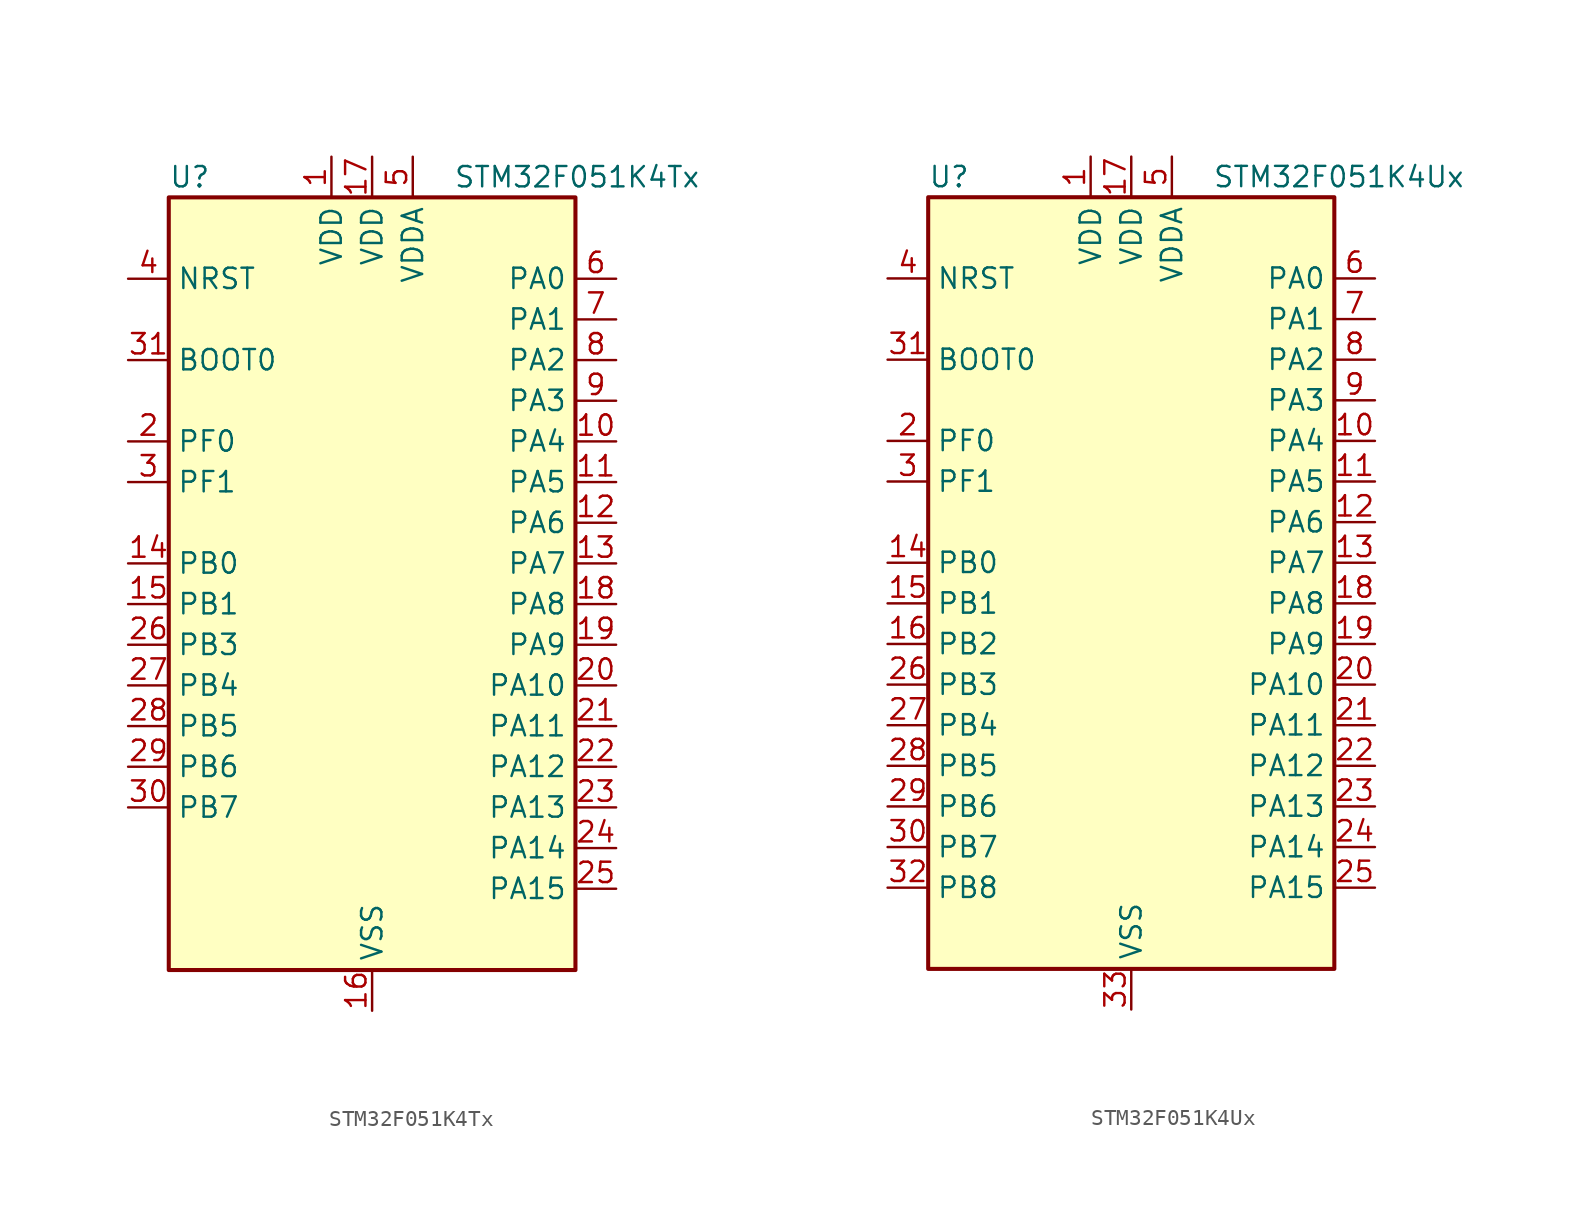
<source format=kicad_sym>
(kicad_symbol_lib
  (version 20241209)
  (generator "kicad_symbol_editor")
  (generator_version "9.0")
  (symbol "STM32F051K4Tx"
    (property "Reference" "U"
      (at -12.7 26.67 0)
      (effects (font (size 1.27 1.27)) (justify left)))
    (property "Value" "STM32F051K4Tx"
      (at 5.08 26.67 0)
      (effects (font (size 1.27 1.27)) (justify left)))
    (symbol "STM32F051K4Tx_0_1"
      (rectangle (start -12.7 -22.86) (end 12.7 25.4) (stroke (width 0.254) (type default)) (fill (type background))))
    (symbol "STM32F051K4Tx_1_1"
      (pin input line (at -15.24 20.32 0) (length 2.54) (name "NRST" (effects (font (size 1.27 1.27)))) (number "4" (effects (font (size 1.27 1.27)))))
      (pin input line (at -15.24 15.24 0) (length 2.54) (name "BOOT0" (effects (font (size 1.27 1.27)))) (number "31" (effects (font (size 1.27 1.27)))))
      (pin bidirectional line (at -15.24 10.16 0) (length 2.54) (name "PF0" (effects (font (size 1.27 1.27)))) (number "2" (effects (font (size 1.27 1.27)))) (alternate "RCC_OSC_IN" bidirectional line))
      (pin bidirectional line (at -15.24 7.62 0) (length 2.54) (name "PF1" (effects (font (size 1.27 1.27)))) (number "3" (effects (font (size 1.27 1.27)))) (alternate "RCC_OSC_OUT" bidirectional line))
      (pin bidirectional line (at -15.24 2.54 0) (length 2.54) (name "PB0" (effects (font (size 1.27 1.27)))) (number "14" (effects (font (size 1.27 1.27)))) (alternate "ADC_IN8" bidirectional line) (alternate "TIM1_CH2N" bidirectional line) (alternate "TIM3_CH3" bidirectional line) (alternate "TSC_G3_IO2" bidirectional line))
      (pin bidirectional line (at -15.24 0 0) (length 2.54) (name "PB1" (effects (font (size 1.27 1.27)))) (number "15" (effects (font (size 1.27 1.27)))) (alternate "ADC_IN9" bidirectional line) (alternate "TIM14_CH1" bidirectional line) (alternate "TIM1_CH3N" bidirectional line) (alternate "TIM3_CH4" bidirectional line) (alternate "TSC_G3_IO3" bidirectional line))
      (pin bidirectional line (at -15.24 -2.54 0) (length 2.54) (name "PB3" (effects (font (size 1.27 1.27)))) (number "26" (effects (font (size 1.27 1.27)))) (alternate "I2S1_CK" bidirectional line) (alternate "SPI1_SCK" bidirectional line) (alternate "TIM2_CH2" bidirectional line) (alternate "TSC_G5_IO1" bidirectional line))
      (pin bidirectional line (at -15.24 -5.08 0) (length 2.54) (name "PB4" (effects (font (size 1.27 1.27)))) (number "27" (effects (font (size 1.27 1.27)))) (alternate "I2S1_MCK" bidirectional line) (alternate "SPI1_MISO" bidirectional line) (alternate "TIM3_CH1" bidirectional line) (alternate "TSC_G5_IO2" bidirectional line))
      (pin bidirectional line (at -15.24 -7.62 0) (length 2.54) (name "PB5" (effects (font (size 1.27 1.27)))) (number "28" (effects (font (size 1.27 1.27)))) (alternate "I2C1_SMBA" bidirectional line) (alternate "I2S1_SD" bidirectional line) (alternate "SPI1_MOSI" bidirectional line) (alternate "TIM16_BKIN" bidirectional line) (alternate "TIM3_CH2" bidirectional line))
      (pin bidirectional line (at -15.24 -10.16 0) (length 2.54) (name "PB6" (effects (font (size 1.27 1.27)))) (number "29" (effects (font (size 1.27 1.27)))) (alternate "I2C1_SCL" bidirectional line) (alternate "TIM16_CH1N" bidirectional line) (alternate "TSC_G5_IO3" bidirectional line) (alternate "USART1_TX" bidirectional line))
      (pin bidirectional line (at -15.24 -12.7 0) (length 2.54) (name "PB7" (effects (font (size 1.27 1.27)))) (number "30" (effects (font (size 1.27 1.27)))) (alternate "I2C1_SDA" bidirectional line) (alternate "TIM17_CH1N" bidirectional line) (alternate "TSC_G5_IO4" bidirectional line) (alternate "USART1_RX" bidirectional line))
      (pin power_in line (at -2.54 27.94 270) (length 2.54) (name "VDD" (effects (font (size 1.27 1.27)))) (number "1" (effects (font (size 1.27 1.27)))))
      (pin power_in line (at 0 27.94 270) (length 2.54) (name "VDD" (effects (font (size 1.27 1.27)))) (number "17" (effects (font (size 1.27 1.27)))))
      (pin power_in line (at 0 -25.4 90) (length 2.54) (name "VSS" (effects (font (size 1.27 1.27)))) (number "16" (effects (font (size 1.27 1.27)))))
      (pin passive line (at 0 -25.4 90) (length 2.54) (hide yes) (name "VSS" (effects (font (size 1.27 1.27)))) (number "32" (effects (font (size 1.27 1.27)))))
      (pin power_in line (at 2.54 27.94 270) (length 2.54) (name "VDDA" (effects (font (size 1.27 1.27)))) (number "5" (effects (font (size 1.27 1.27)))))
      (pin bidirectional line (at 15.24 20.32 180) (length 2.54) (name "PA0" (effects (font (size 1.27 1.27)))) (number "6" (effects (font (size 1.27 1.27)))) (alternate "ADC_IN0" bidirectional line) (alternate "COMP1_INM" bidirectional line) (alternate "COMP1_OUT" bidirectional line) (alternate "RTC_TAMP2" bidirectional line) (alternate "SYS_WKUP1" bidirectional line) (alternate "TIM2_CH1" bidirectional line) (alternate "TIM2_ETR" bidirectional line) (alternate "TSC_G1_IO1" bidirectional line))
      (pin bidirectional line (at 15.24 17.78 180) (length 2.54) (name "PA1" (effects (font (size 1.27 1.27)))) (number "7" (effects (font (size 1.27 1.27)))) (alternate "ADC_IN1" bidirectional line) (alternate "COMP1_INP" bidirectional line) (alternate "TIM2_CH2" bidirectional line) (alternate "TSC_G1_IO2" bidirectional line))
      (pin bidirectional line (at 15.24 15.24 180) (length 2.54) (name "PA2" (effects (font (size 1.27 1.27)))) (number "8" (effects (font (size 1.27 1.27)))) (alternate "ADC_IN2" bidirectional line) (alternate "COMP2_INM" bidirectional line) (alternate "COMP2_OUT" bidirectional line) (alternate "TIM15_CH1" bidirectional line) (alternate "TIM2_CH3" bidirectional line) (alternate "TSC_G1_IO3" bidirectional line))
      (pin bidirectional line (at 15.24 12.7 180) (length 2.54) (name "PA3" (effects (font (size 1.27 1.27)))) (number "9" (effects (font (size 1.27 1.27)))) (alternate "ADC_IN3" bidirectional line) (alternate "COMP2_INP" bidirectional line) (alternate "TIM15_CH2" bidirectional line) (alternate "TIM2_CH4" bidirectional line) (alternate "TSC_G1_IO4" bidirectional line))
      (pin bidirectional line (at 15.24 10.16 180) (length 2.54) (name "PA4" (effects (font (size 1.27 1.27)))) (number "10" (effects (font (size 1.27 1.27)))) (alternate "ADC_IN4" bidirectional line) (alternate "COMP1_INM" bidirectional line) (alternate "COMP2_INM" bidirectional line) (alternate "DAC1_OUT1" bidirectional line) (alternate "I2S1_WS" bidirectional line) (alternate "SPI1_NSS" bidirectional line) (alternate "TIM14_CH1" bidirectional line) (alternate "TSC_G2_IO1" bidirectional line))
      (pin bidirectional line (at 15.24 7.62 180) (length 2.54) (name "PA5" (effects (font (size 1.27 1.27)))) (number "11" (effects (font (size 1.27 1.27)))) (alternate "ADC_IN5" bidirectional line) (alternate "CEC" bidirectional line) (alternate "COMP1_INM" bidirectional line) (alternate "COMP2_INM" bidirectional line) (alternate "I2S1_CK" bidirectional line) (alternate "SPI1_SCK" bidirectional line) (alternate "TIM2_CH1" bidirectional line) (alternate "TIM2_ETR" bidirectional line) (alternate "TSC_G2_IO2" bidirectional line))
      (pin bidirectional line (at 15.24 5.08 180) (length 2.54) (name "PA6" (effects (font (size 1.27 1.27)))) (number "12" (effects (font (size 1.27 1.27)))) (alternate "ADC_IN6" bidirectional line) (alternate "COMP1_OUT" bidirectional line) (alternate "I2S1_MCK" bidirectional line) (alternate "SPI1_MISO" bidirectional line) (alternate "TIM16_CH1" bidirectional line) (alternate "TIM1_BKIN" bidirectional line) (alternate "TIM3_CH1" bidirectional line) (alternate "TSC_G2_IO3" bidirectional line))
      (pin bidirectional line (at 15.24 2.54 180) (length 2.54) (name "PA7" (effects (font (size 1.27 1.27)))) (number "13" (effects (font (size 1.27 1.27)))) (alternate "ADC_IN7" bidirectional line) (alternate "COMP2_OUT" bidirectional line) (alternate "I2S1_SD" bidirectional line) (alternate "SPI1_MOSI" bidirectional line) (alternate "TIM14_CH1" bidirectional line) (alternate "TIM17_CH1" bidirectional line) (alternate "TIM1_CH1N" bidirectional line) (alternate "TIM3_CH2" bidirectional line) (alternate "TSC_G2_IO4" bidirectional line))
      (pin bidirectional line (at 15.24 0 180) (length 2.54) (name "PA8" (effects (font (size 1.27 1.27)))) (number "18" (effects (font (size 1.27 1.27)))) (alternate "RCC_MCO" bidirectional line) (alternate "TIM1_CH1" bidirectional line) (alternate "USART1_CK" bidirectional line))
      (pin bidirectional line (at 15.24 -2.54 180) (length 2.54) (name "PA9" (effects (font (size 1.27 1.27)))) (number "19" (effects (font (size 1.27 1.27)))) (alternate "DAC1_EXTI9" bidirectional line) (alternate "TIM15_BKIN" bidirectional line) (alternate "TIM1_CH2" bidirectional line) (alternate "TSC_G4_IO1" bidirectional line) (alternate "USART1_TX" bidirectional line))
      (pin bidirectional line (at 15.24 -5.08 180) (length 2.54) (name "PA10" (effects (font (size 1.27 1.27)))) (number "20" (effects (font (size 1.27 1.27)))) (alternate "TIM17_BKIN" bidirectional line) (alternate "TIM1_CH3" bidirectional line) (alternate "TSC_G4_IO2" bidirectional line) (alternate "USART1_RX" bidirectional line))
      (pin bidirectional line (at 15.24 -7.62 180) (length 2.54) (name "PA11" (effects (font (size 1.27 1.27)))) (number "21" (effects (font (size 1.27 1.27)))) (alternate "COMP1_OUT" bidirectional line) (alternate "TIM1_CH4" bidirectional line) (alternate "TSC_G4_IO3" bidirectional line) (alternate "USART1_CTS" bidirectional line))
      (pin bidirectional line (at 15.24 -10.16 180) (length 2.54) (name "PA12" (effects (font (size 1.27 1.27)))) (number "22" (effects (font (size 1.27 1.27)))) (alternate "COMP2_OUT" bidirectional line) (alternate "TIM1_ETR" bidirectional line) (alternate "TSC_G4_IO4" bidirectional line) (alternate "USART1_DE" bidirectional line) (alternate "USART1_RTS" bidirectional line))
      (pin bidirectional line (at 15.24 -12.7 180) (length 2.54) (name "PA13" (effects (font (size 1.27 1.27)))) (number "23" (effects (font (size 1.27 1.27)))) (alternate "IR_OUT" bidirectional line) (alternate "SYS_SWDIO" bidirectional line))
      (pin bidirectional line (at 15.24 -15.24 180) (length 2.54) (name "PA14" (effects (font (size 1.27 1.27)))) (number "24" (effects (font (size 1.27 1.27)))) (alternate "SYS_SWCLK" bidirectional line))
      (pin bidirectional line (at 15.24 -17.78 180) (length 2.54) (name "PA15" (effects (font (size 1.27 1.27)))) (number "25" (effects (font (size 1.27 1.27)))) (alternate "I2S1_WS" bidirectional line) (alternate "SPI1_NSS" bidirectional line) (alternate "TIM2_CH1" bidirectional line) (alternate "TIM2_ETR" bidirectional line))))
  (symbol "STM32F051K4Ux"
    (property "Reference" "U"
      (at -12.7 26.67 0)
      (effects (font (size 1.27 1.27)) (justify left)))
    (property "Value" "STM32F051K4Ux"
      (at 5.08 26.67 0)
      (effects (font (size 1.27 1.27)) (justify left)))
    (symbol "STM32F051K4Ux_0_1"
      (rectangle (start -12.7 -22.86) (end 12.7 25.4) (stroke (width 0.254) (type default)) (fill (type background))))
    (symbol "STM32F051K4Ux_1_1"
      (pin input line (at -15.24 20.32 0) (length 2.54) (name "NRST" (effects (font (size 1.27 1.27)))) (number "4" (effects (font (size 1.27 1.27)))))
      (pin input line (at -15.24 15.24 0) (length 2.54) (name "BOOT0" (effects (font (size 1.27 1.27)))) (number "31" (effects (font (size 1.27 1.27)))))
      (pin bidirectional line (at -15.24 10.16 0) (length 2.54) (name "PF0" (effects (font (size 1.27 1.27)))) (number "2" (effects (font (size 1.27 1.27)))) (alternate "RCC_OSC_IN" bidirectional line))
      (pin bidirectional line (at -15.24 7.62 0) (length 2.54) (name "PF1" (effects (font (size 1.27 1.27)))) (number "3" (effects (font (size 1.27 1.27)))) (alternate "RCC_OSC_OUT" bidirectional line))
      (pin bidirectional line (at -15.24 2.54 0) (length 2.54) (name "PB0" (effects (font (size 1.27 1.27)))) (number "14" (effects (font (size 1.27 1.27)))) (alternate "ADC_IN8" bidirectional line) (alternate "TIM1_CH2N" bidirectional line) (alternate "TIM3_CH3" bidirectional line) (alternate "TSC_G3_IO2" bidirectional line))
      (pin bidirectional line (at -15.24 0 0) (length 2.54) (name "PB1" (effects (font (size 1.27 1.27)))) (number "15" (effects (font (size 1.27 1.27)))) (alternate "ADC_IN9" bidirectional line) (alternate "TIM14_CH1" bidirectional line) (alternate "TIM1_CH3N" bidirectional line) (alternate "TIM3_CH4" bidirectional line) (alternate "TSC_G3_IO3" bidirectional line))
      (pin bidirectional line (at -15.24 -2.54 0) (length 2.54) (name "PB2" (effects (font (size 1.27 1.27)))) (number "16" (effects (font (size 1.27 1.27)))) (alternate "TSC_G3_IO4" bidirectional line))
      (pin bidirectional line (at -15.24 -5.08 0) (length 2.54) (name "PB3" (effects (font (size 1.27 1.27)))) (number "26" (effects (font (size 1.27 1.27)))) (alternate "I2S1_CK" bidirectional line) (alternate "SPI1_SCK" bidirectional line) (alternate "TIM2_CH2" bidirectional line) (alternate "TSC_G5_IO1" bidirectional line))
      (pin bidirectional line (at -15.24 -7.62 0) (length 2.54) (name "PB4" (effects (font (size 1.27 1.27)))) (number "27" (effects (font (size 1.27 1.27)))) (alternate "I2S1_MCK" bidirectional line) (alternate "SPI1_MISO" bidirectional line) (alternate "TIM3_CH1" bidirectional line) (alternate "TSC_G5_IO2" bidirectional line))
      (pin bidirectional line (at -15.24 -10.16 0) (length 2.54) (name "PB5" (effects (font (size 1.27 1.27)))) (number "28" (effects (font (size 1.27 1.27)))) (alternate "I2C1_SMBA" bidirectional line) (alternate "I2S1_SD" bidirectional line) (alternate "SPI1_MOSI" bidirectional line) (alternate "TIM16_BKIN" bidirectional line) (alternate "TIM3_CH2" bidirectional line))
      (pin bidirectional line (at -15.24 -12.7 0) (length 2.54) (name "PB6" (effects (font (size 1.27 1.27)))) (number "29" (effects (font (size 1.27 1.27)))) (alternate "I2C1_SCL" bidirectional line) (alternate "TIM16_CH1N" bidirectional line) (alternate "TSC_G5_IO3" bidirectional line) (alternate "USART1_TX" bidirectional line))
      (pin bidirectional line (at -15.24 -15.24 0) (length 2.54) (name "PB7" (effects (font (size 1.27 1.27)))) (number "30" (effects (font (size 1.27 1.27)))) (alternate "I2C1_SDA" bidirectional line) (alternate "TIM17_CH1N" bidirectional line) (alternate "TSC_G5_IO4" bidirectional line) (alternate "USART1_RX" bidirectional line))
      (pin bidirectional line (at -15.24 -17.78 0) (length 2.54) (name "PB8" (effects (font (size 1.27 1.27)))) (number "32" (effects (font (size 1.27 1.27)))) (alternate "CEC" bidirectional line) (alternate "I2C1_SCL" bidirectional line) (alternate "TIM16_CH1" bidirectional line) (alternate "TSC_SYNC" bidirectional line))
      (pin power_in line (at -2.54 27.94 270) (length 2.54) (name "VDD" (effects (font (size 1.27 1.27)))) (number "1" (effects (font (size 1.27 1.27)))))
      (pin power_in line (at 0 27.94 270) (length 2.54) (name "VDD" (effects (font (size 1.27 1.27)))) (number "17" (effects (font (size 1.27 1.27)))))
      (pin power_in line (at 0 -25.4 90) (length 2.54) (name "VSS" (effects (font (size 1.27 1.27)))) (number "33" (effects (font (size 1.27 1.27)))))
      (pin power_in line (at 2.54 27.94 270) (length 2.54) (name "VDDA" (effects (font (size 1.27 1.27)))) (number "5" (effects (font (size 1.27 1.27)))))
      (pin bidirectional line (at 15.24 20.32 180) (length 2.54) (name "PA0" (effects (font (size 1.27 1.27)))) (number "6" (effects (font (size 1.27 1.27)))) (alternate "ADC_IN0" bidirectional line) (alternate "COMP1_INM" bidirectional line) (alternate "COMP1_OUT" bidirectional line) (alternate "RTC_TAMP2" bidirectional line) (alternate "SYS_WKUP1" bidirectional line) (alternate "TIM2_CH1" bidirectional line) (alternate "TIM2_ETR" bidirectional line) (alternate "TSC_G1_IO1" bidirectional line))
      (pin bidirectional line (at 15.24 17.78 180) (length 2.54) (name "PA1" (effects (font (size 1.27 1.27)))) (number "7" (effects (font (size 1.27 1.27)))) (alternate "ADC_IN1" bidirectional line) (alternate "COMP1_INP" bidirectional line) (alternate "TIM2_CH2" bidirectional line) (alternate "TSC_G1_IO2" bidirectional line))
      (pin bidirectional line (at 15.24 15.24 180) (length 2.54) (name "PA2" (effects (font (size 1.27 1.27)))) (number "8" (effects (font (size 1.27 1.27)))) (alternate "ADC_IN2" bidirectional line) (alternate "COMP2_INM" bidirectional line) (alternate "COMP2_OUT" bidirectional line) (alternate "TIM15_CH1" bidirectional line) (alternate "TIM2_CH3" bidirectional line) (alternate "TSC_G1_IO3" bidirectional line))
      (pin bidirectional line (at 15.24 12.7 180) (length 2.54) (name "PA3" (effects (font (size 1.27 1.27)))) (number "9" (effects (font (size 1.27 1.27)))) (alternate "ADC_IN3" bidirectional line) (alternate "COMP2_INP" bidirectional line) (alternate "TIM15_CH2" bidirectional line) (alternate "TIM2_CH4" bidirectional line) (alternate "TSC_G1_IO4" bidirectional line))
      (pin bidirectional line (at 15.24 10.16 180) (length 2.54) (name "PA4" (effects (font (size 1.27 1.27)))) (number "10" (effects (font (size 1.27 1.27)))) (alternate "ADC_IN4" bidirectional line) (alternate "COMP1_INM" bidirectional line) (alternate "COMP2_INM" bidirectional line) (alternate "DAC1_OUT1" bidirectional line) (alternate "I2S1_WS" bidirectional line) (alternate "SPI1_NSS" bidirectional line) (alternate "TIM14_CH1" bidirectional line) (alternate "TSC_G2_IO1" bidirectional line))
      (pin bidirectional line (at 15.24 7.62 180) (length 2.54) (name "PA5" (effects (font (size 1.27 1.27)))) (number "11" (effects (font (size 1.27 1.27)))) (alternate "ADC_IN5" bidirectional line) (alternate "CEC" bidirectional line) (alternate "COMP1_INM" bidirectional line) (alternate "COMP2_INM" bidirectional line) (alternate "I2S1_CK" bidirectional line) (alternate "SPI1_SCK" bidirectional line) (alternate "TIM2_CH1" bidirectional line) (alternate "TIM2_ETR" bidirectional line) (alternate "TSC_G2_IO2" bidirectional line))
      (pin bidirectional line (at 15.24 5.08 180) (length 2.54) (name "PA6" (effects (font (size 1.27 1.27)))) (number "12" (effects (font (size 1.27 1.27)))) (alternate "ADC_IN6" bidirectional line) (alternate "COMP1_OUT" bidirectional line) (alternate "I2S1_MCK" bidirectional line) (alternate "SPI1_MISO" bidirectional line) (alternate "TIM16_CH1" bidirectional line) (alternate "TIM1_BKIN" bidirectional line) (alternate "TIM3_CH1" bidirectional line) (alternate "TSC_G2_IO3" bidirectional line))
      (pin bidirectional line (at 15.24 2.54 180) (length 2.54) (name "PA7" (effects (font (size 1.27 1.27)))) (number "13" (effects (font (size 1.27 1.27)))) (alternate "ADC_IN7" bidirectional line) (alternate "COMP2_OUT" bidirectional line) (alternate "I2S1_SD" bidirectional line) (alternate "SPI1_MOSI" bidirectional line) (alternate "TIM14_CH1" bidirectional line) (alternate "TIM17_CH1" bidirectional line) (alternate "TIM1_CH1N" bidirectional line) (alternate "TIM3_CH2" bidirectional line) (alternate "TSC_G2_IO4" bidirectional line))
      (pin bidirectional line (at 15.24 0 180) (length 2.54) (name "PA8" (effects (font (size 1.27 1.27)))) (number "18" (effects (font (size 1.27 1.27)))) (alternate "RCC_MCO" bidirectional line) (alternate "TIM1_CH1" bidirectional line) (alternate "USART1_CK" bidirectional line))
      (pin bidirectional line (at 15.24 -2.54 180) (length 2.54) (name "PA9" (effects (font (size 1.27 1.27)))) (number "19" (effects (font (size 1.27 1.27)))) (alternate "DAC1_EXTI9" bidirectional line) (alternate "TIM15_BKIN" bidirectional line) (alternate "TIM1_CH2" bidirectional line) (alternate "TSC_G4_IO1" bidirectional line) (alternate "USART1_TX" bidirectional line))
      (pin bidirectional line (at 15.24 -5.08 180) (length 2.54) (name "PA10" (effects (font (size 1.27 1.27)))) (number "20" (effects (font (size 1.27 1.27)))) (alternate "TIM17_BKIN" bidirectional line) (alternate "TIM1_CH3" bidirectional line) (alternate "TSC_G4_IO2" bidirectional line) (alternate "USART1_RX" bidirectional line))
      (pin bidirectional line (at 15.24 -7.62 180) (length 2.54) (name "PA11" (effects (font (size 1.27 1.27)))) (number "21" (effects (font (size 1.27 1.27)))) (alternate "COMP1_OUT" bidirectional line) (alternate "TIM1_CH4" bidirectional line) (alternate "TSC_G4_IO3" bidirectional line) (alternate "USART1_CTS" bidirectional line))
      (pin bidirectional line (at 15.24 -10.16 180) (length 2.54) (name "PA12" (effects (font (size 1.27 1.27)))) (number "22" (effects (font (size 1.27 1.27)))) (alternate "COMP2_OUT" bidirectional line) (alternate "TIM1_ETR" bidirectional line) (alternate "TSC_G4_IO4" bidirectional line) (alternate "USART1_DE" bidirectional line) (alternate "USART1_RTS" bidirectional line))
      (pin bidirectional line (at 15.24 -12.7 180) (length 2.54) (name "PA13" (effects (font (size 1.27 1.27)))) (number "23" (effects (font (size 1.27 1.27)))) (alternate "IR_OUT" bidirectional line) (alternate "SYS_SWDIO" bidirectional line))
      (pin bidirectional line (at 15.24 -15.24 180) (length 2.54) (name "PA14" (effects (font (size 1.27 1.27)))) (number "24" (effects (font (size 1.27 1.27)))) (alternate "SYS_SWCLK" bidirectional line))
      (pin bidirectional line (at 15.24 -17.78 180) (length 2.54) (name "PA15" (effects (font (size 1.27 1.27)))) (number "25" (effects (font (size 1.27 1.27)))) (alternate "I2S1_WS" bidirectional line) (alternate "SPI1_NSS" bidirectional line) (alternate "TIM2_CH1" bidirectional line) (alternate "TIM2_ETR" bidirectional line)))))
</source>
